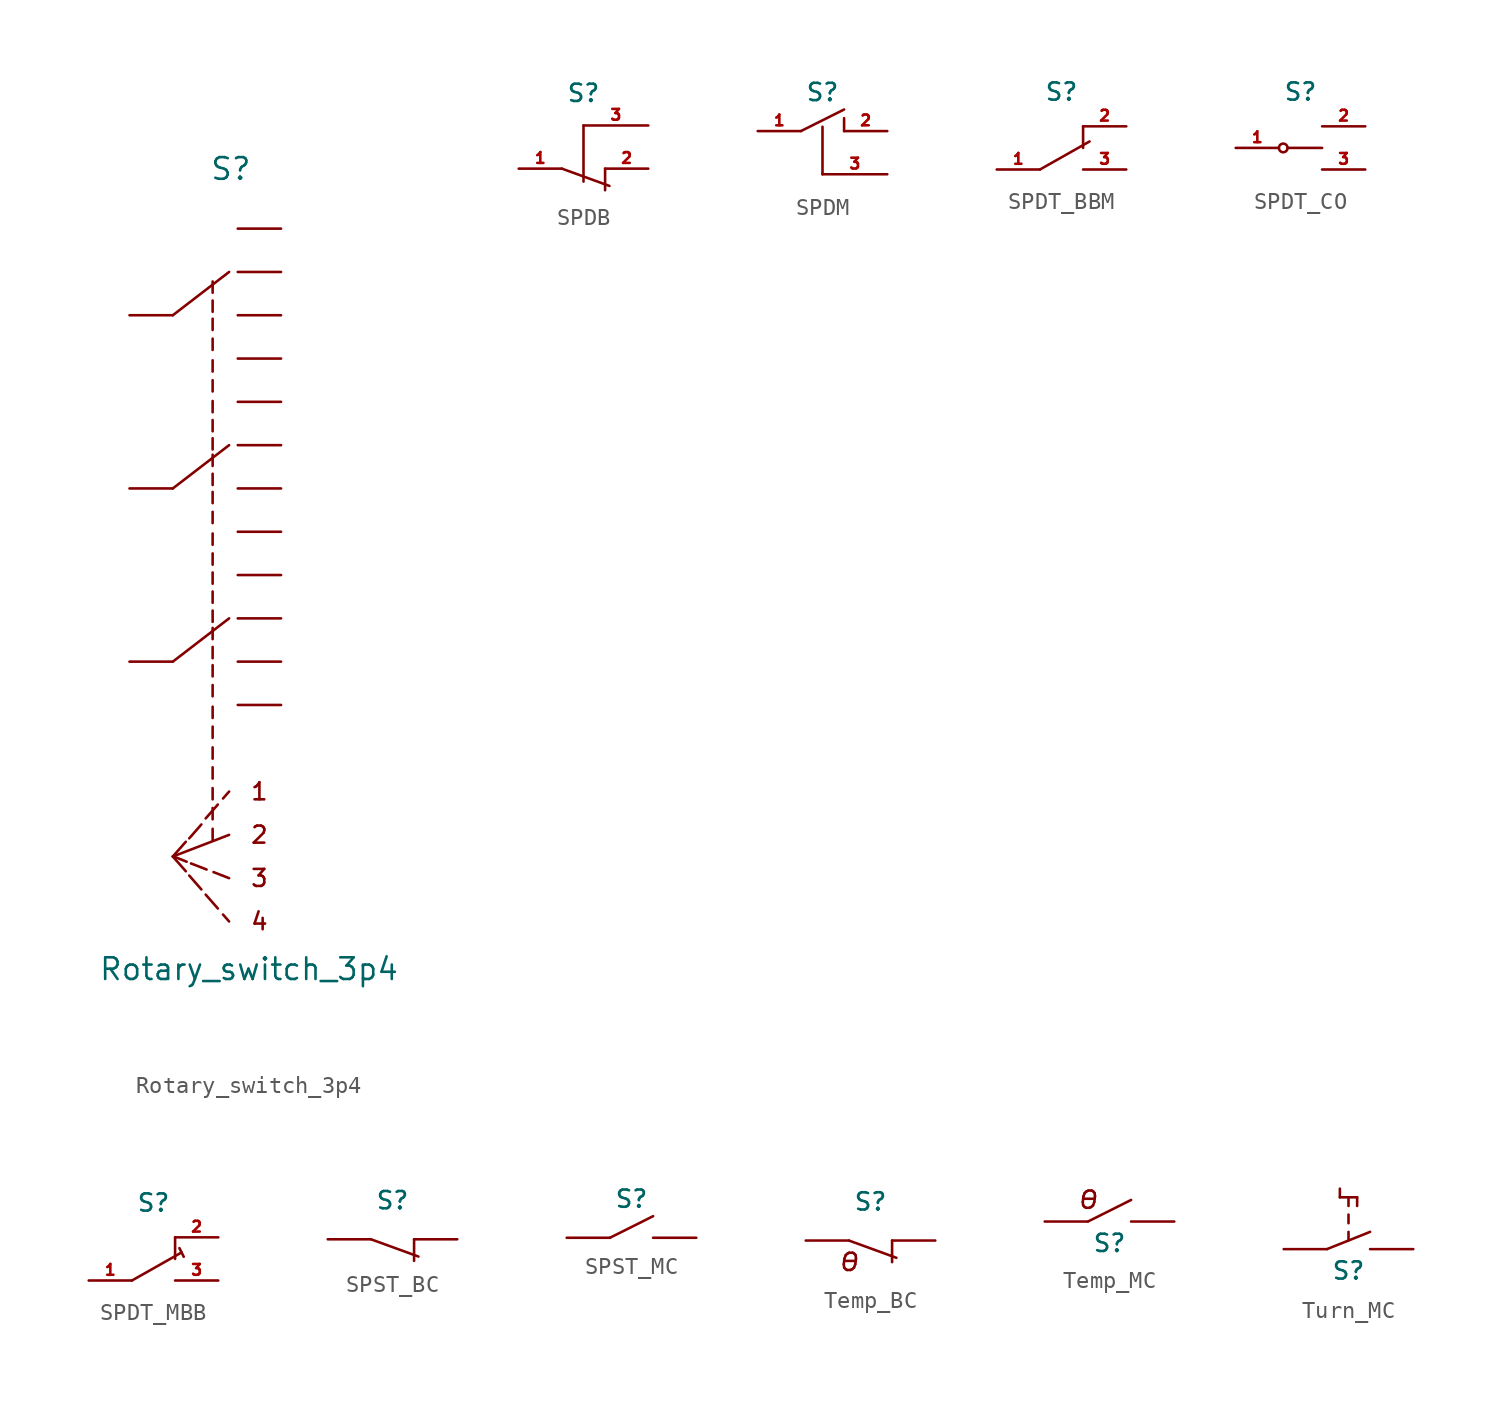
<source format=kicad_sym>
(kicad_symbol_lib
  (version 20211014)
  (generator kicad_symbol_editor)
  (symbol "Rotary_switch_3p4"
    (pin_numbers hide)
    (property "Reference" "S"
      (at 5.944 28.905 0)
      (effects (font (size 1.27 1.27))))
    (property "Value" "Rotary_switch_3p4"
      (at 7.01 -18.034 0)
      (effects (font (size 1.27 1.27))))
    (symbol "Rotary_switch_3p4_0_0"
      (polyline (pts (xy 4.877 -10.465) (xy 4.877 -9.804)) (stroke (width 0) (type default) (color 0 0 0 0)) (fill (type none)))
      (polyline (pts (xy 4.877 -9.246) (xy 4.877 -8.585)) (stroke (width 0) (type default) (color 0 0 0 0)) (fill (type none)))
      (polyline (pts (xy 4.877 -8.077) (xy 4.877 -7.417)) (stroke (width 0) (type default) (color 0 0 0 0)) (fill (type none)))
      (polyline (pts (xy 4.877 -6.858) (xy 4.877 -6.198)) (stroke (width 0) (type default) (color 0 0 0 0)) (fill (type none)))
      (polyline (pts (xy 4.877 -5.69) (xy 4.877 -5.029)) (stroke (width 0) (type default) (color 0 0 0 0)) (fill (type none)))
      (polyline (pts (xy 4.877 -4.47) (xy 4.877 -3.81)) (stroke (width 0) (type default) (color 0 0 0 0)) (fill (type none)))
      (polyline (pts (xy 4.877 -3.302) (xy 4.877 -2.642)) (stroke (width 0) (type default) (color 0 0 0 0)) (fill (type none)))
      (polyline (pts (xy 4.877 -2.032) (xy 4.877 -1.372)) (stroke (width 0) (type default) (color 0 0 0 0)) (fill (type none)))
      (polyline (pts (xy 4.877 -0.864) (xy 4.877 -0.203)) (stroke (width 0) (type default) (color 0 0 0 0)) (fill (type none)))
      (polyline (pts (xy 4.877 0.203) (xy 4.877 0.864)) (stroke (width 0) (type default) (color 0 0 0 0)) (fill (type none)))
      (polyline (pts (xy 4.877 1.321) (xy 4.877 1.981)) (stroke (width 0) (type default) (color 0 0 0 0)) (fill (type none)))
      (polyline (pts (xy 4.877 2.337) (xy 4.877 2.997)) (stroke (width 0) (type default) (color 0 0 0 0)) (fill (type none)))
      (polyline (pts (xy 4.877 3.454) (xy 4.877 4.115)) (stroke (width 0) (type default) (color 0 0 0 0)) (fill (type none)))
      (polyline (pts (xy 4.877 4.572) (xy 4.877 5.232)) (stroke (width 0) (type default) (color 0 0 0 0)) (fill (type none)))
      (polyline (pts (xy 4.877 5.69) (xy 4.877 6.35)) (stroke (width 0) (type default) (color 0 0 0 0)) (fill (type none)))
      (polyline (pts (xy 4.877 6.858) (xy 4.877 7.518)) (stroke (width 0) (type default) (color 0 0 0 0)) (fill (type none)))
      (polyline (pts (xy 4.877 8.128) (xy 4.877 8.788)) (stroke (width 0) (type default) (color 0 0 0 0)) (fill (type none)))
      (polyline (pts (xy 4.877 9.296) (xy 4.877 9.957)) (stroke (width 0) (type default) (color 0 0 0 0)) (fill (type none)))
      (polyline (pts (xy 4.877 10.363) (xy 4.877 11.024)) (stroke (width 0) (type default) (color 0 0 0 0)) (fill (type none)))
      (polyline (pts (xy 4.877 11.481) (xy 4.877 12.141)) (stroke (width 0) (type default) (color 0 0 0 0)) (fill (type none)))
      (polyline (pts (xy 4.877 12.446) (xy 4.877 13.106)) (stroke (width 0) (type default) (color 0 0 0 0)) (fill (type none)))
      (polyline (pts (xy 4.877 13.513) (xy 4.877 14.173)) (stroke (width 0) (type default) (color 0 0 0 0)) (fill (type none)))
      (polyline (pts (xy 4.877 14.63) (xy 4.877 15.291)) (stroke (width 0) (type default) (color 0 0 0 0)) (fill (type none)))
      (polyline (pts (xy 4.877 15.85) (xy 4.877 16.51)) (stroke (width 0) (type default) (color 0 0 0 0)) (fill (type none)))
      (polyline (pts (xy 4.877 17.018) (xy 4.877 17.678)) (stroke (width 0) (type default) (color 0 0 0 0)) (fill (type none)))
      (polyline (pts (xy 4.877 18.288) (xy 4.877 18.948)) (stroke (width 0) (type default) (color 0 0 0 0)) (fill (type none)))
      (polyline (pts (xy 4.877 19.456) (xy 4.877 20.117)) (stroke (width 0) (type default) (color 0 0 0 0)) (fill (type none)))
      (polyline (pts (xy 4.877 20.523) (xy 4.877 21.184)) (stroke (width 0) (type default) (color 0 0 0 0)) (fill (type none)))
      (polyline (pts (xy 4.877 21.641) (xy 4.877 22.301)) (stroke (width 0) (type default) (color 0 0 0 0)) (fill (type none)))
      (text "1" (at 7.62 -7.62 0) (effects (font (size 1 1))))
      (text "2" (at 7.62 -10.16 0) (effects (font (size 1 1))))
      (text "3" (at 7.62 -12.7 0) (effects (font (size 1 1))))
      (text "4" (at 7.62 -15.24 0) (effects (font (size 1 1)))))
    (symbol "Rotary_switch_3p4_0_1"
      (polyline (pts (xy 3.302 -12.294) (xy 2.54 -11.43)) (stroke (width 0) (type default) (color 0 0 0 0)) (fill (type none)))
      (polyline (pts (xy 3.302 -10.566) (xy 2.54 -11.43)) (stroke (width 0) (type default) (color 0 0 0 0)) (fill (type none)))
      (polyline (pts (xy 3.353 -11.735) (xy 2.591 -11.43)) (stroke (width 0) (type default) (color 0 0 0 0)) (fill (type none)))
      (polyline (pts (xy 4.216 -13.36) (xy 3.505 -12.548)) (stroke (width 0) (type default) (color 0 0 0 0)) (fill (type none)))
      (polyline (pts (xy 4.216 -9.55) (xy 3.505 -10.363)) (stroke (width 0) (type default) (color 0 0 0 0)) (fill (type none)))
      (polyline (pts (xy 4.521 -12.192) (xy 3.607 -11.836)) (stroke (width 0) (type default) (color 0 0 0 0)) (fill (type none)))
      (polyline (pts (xy 5.182 -14.478) (xy 4.47 -13.665)) (stroke (width 0) (type default) (color 0 0 0 0)) (fill (type none)))
      (polyline (pts (xy 5.182 -8.382) (xy 4.47 -9.195)) (stroke (width 0) (type default) (color 0 0 0 0)) (fill (type none)))
      (polyline (pts (xy 5.842 -15.24) (xy 5.486 -14.834)) (stroke (width 0) (type default) (color 0 0 0 0)) (fill (type none)))
      (polyline (pts (xy 5.842 -12.7) (xy 4.928 -12.344)) (stroke (width 0) (type default) (color 0 0 0 0)) (fill (type none)))
      (polyline (pts (xy 5.842 -10.16) (xy 2.54 -11.43)) (stroke (width 0) (type default) (color 0 0 0 0)) (fill (type none)))
      (polyline (pts (xy 5.842 -7.62) (xy 5.486 -8.026)) (stroke (width 0) (type default) (color 0 0 0 0)) (fill (type none)))
      (polyline (pts (xy 5.842 2.54) (xy 2.54 0)) (stroke (width 0) (type default) (color 0 0 0 0)) (fill (type none)))
      (polyline (pts (xy 5.842 12.7) (xy 2.54 10.16)) (stroke (width 0) (type default) (color 0 0 0 0)) (fill (type none)))
      (polyline (pts (xy 5.842 22.86) (xy 2.54 20.32)) (stroke (width 0) (type default) (color 0 0 0 0)) (fill (type none))))
    (symbol "Rotary_switch_3p4_1_1"
      (pin passive line (at 8.89 25.4 180) (length 2.54) (name "~" (effects (font (size 0.635 0.635)))) (number "1" (effects (font (size 0.635 0.635)))))
      (pin passive line (at 8.89 2.54 180) (length 2.54) (name "~" (effects (font (size 0.635 0.635)))) (number "10" (effects (font (size 0.635 0.635)))))
      (pin passive line (at 8.89 0 180) (length 2.54) (name "~" (effects (font (size 0.635 0.635)))) (number "11" (effects (font (size 0.635 0.635)))))
      (pin passive line (at 8.89 -2.54 180) (length 2.54) (name "~" (effects (font (size 0.635 0.635)))) (number "12" (effects (font (size 0.635 0.635)))))
      (pin passive line (at 0 20.32 0) (length 2.54) (name "~" (effects (font (size 0.635 0.635)))) (number "13" (effects (font (size 0.635 0.635)))))
      (pin passive line (at 0 10.16 0) (length 2.54) (name "~" (effects (font (size 0.635 0.635)))) (number "14" (effects (font (size 0.635 0.635)))))
      (pin passive line (at 0 0 0) (length 2.54) (name "~" (effects (font (size 0.635 0.635)))) (number "15" (effects (font (size 0.635 0.635)))))
      (pin passive line (at 8.89 22.86 180) (length 2.54) (name "~" (effects (font (size 0.635 0.635)))) (number "2" (effects (font (size 0.635 0.635)))))
      (pin passive line (at 8.89 20.32 180) (length 2.54) (name "~" (effects (font (size 0.635 0.635)))) (number "3" (effects (font (size 0.635 0.635)))))
      (pin passive line (at 8.89 17.78 180) (length 2.54) (name "~" (effects (font (size 0.635 0.635)))) (number "4" (effects (font (size 0.635 0.635)))))
      (pin passive line (at 8.89 15.24 180) (length 2.54) (name "~" (effects (font (size 0.635 0.635)))) (number "5" (effects (font (size 0.635 0.635)))))
      (pin passive line (at 8.89 12.7 180) (length 2.54) (name "~" (effects (font (size 0.635 0.635)))) (number "6" (effects (font (size 0.635 0.635)))))
      (pin passive line (at 8.89 10.16 180) (length 2.54) (name "~" (effects (font (size 0.635 0.635)))) (number "7" (effects (font (size 0.635 0.635)))))
      (pin passive line (at 8.89 7.62 180) (length 2.54) (name "~" (effects (font (size 0.635 0.635)))) (number "8" (effects (font (size 0.635 0.635)))))
      (pin passive line (at 8.89 5.08 180) (length 2.54) (name "~" (effects (font (size 0.635 0.635)))) (number "9" (effects (font (size 0.635 0.635)))))))
  (symbol "SPDB"
    (pin_names
      (offset 1.016) hide)
    (property "Reference" "S"
      (at 0 4.445 0)
      (effects (font (size 1.016 1.016))))
    (property "Footprint" ""
      (at 0 0 0)
      (effects (font (size 1.524 1.524))))
    (property "Datasheet" ""
      (at 0 0 0)
      (effects (font (size 1.524 1.524))))
    (symbol "SPDB_0_1"
      (polyline (pts (xy -1.27 0) (xy 1.524 -1.016)) (stroke (width 0) (type default) (color 0 0 0 0)) (fill (type none)))
      (polyline (pts (xy 0 -0.762) (xy 0 2.54)) (stroke (width 0) (type default) (color 0 0 0 0)) (fill (type none)))
      (polyline (pts (xy 1.27 -1.27) (xy 1.27 0)) (stroke (width 0) (type default) (color 0 0 0 0)) (fill (type none))))
    (symbol "SPDB_1_1"
      (pin passive line (at -3.81 0 0) (length 2.54) (name "~" (effects (font (size 0.635 0.635)))) (number "1" (effects (font (size 0.635 0.635)))))
      (pin passive line (at 3.81 0 180) (length 2.54) (name "~" (effects (font (size 0.635 0.635)))) (number "2" (effects (font (size 0.635 0.635)))))
      (pin passive line (at 3.81 2.54 180) (length 3.81) (name "~" (effects (font (size 0.635 0.635)))) (number "3" (effects (font (size 0.635 0.635)))))))
  (symbol "SPDM"
    (pin_names
      (offset 1.016) hide)
    (property "Reference" "S"
      (at 0 2.286 0)
      (effects (font (size 1.016 1.016))))
    (property "Footprint" ""
      (at 0 0 0)
      (effects (font (size 1.524 1.524))))
    (property "Datasheet" ""
      (at 0 0 0)
      (effects (font (size 1.524 1.524))))
    (symbol "SPDM_0_1"
      (polyline (pts (xy -1.27 0) (xy 1.27 1.27)) (stroke (width 0) (type default) (color 0 0 0 0)) (fill (type none)))
      (polyline (pts (xy 0 0.254) (xy 0 -2.54)) (stroke (width 0) (type default) (color 0 0 0 0)) (fill (type none)))
      (polyline (pts (xy 1.27 0.762) (xy 1.27 0)) (stroke (width 0) (type default) (color 0 0 0 0)) (fill (type none))))
    (symbol "SPDM_1_1"
      (pin passive line (at -3.81 0 0) (length 2.54) (name "~" (effects (font (size 0.635 0.635)))) (number "1" (effects (font (size 0.635 0.635)))))
      (pin passive line (at 3.81 0 180) (length 2.54) (name "~" (effects (font (size 0.635 0.635)))) (number "2" (effects (font (size 0.635 0.635)))))
      (pin passive line (at 3.81 -2.54 180) (length 3.81) (name "~" (effects (font (size 0.635 0.635)))) (number "3" (effects (font (size 0.635 0.635)))))))
  (symbol "SPDT_BBM"
    (pin_names
      (offset 1.016) hide)
    (property "Reference" "S"
      (at 0 4.572 0)
      (effects (font (size 1.016 1.016))))
    (property "Footprint" ""
      (at 0 0 0)
      (effects (font (size 1.524 1.524))))
    (property "Datasheet" ""
      (at 0 0 0)
      (effects (font (size 1.524 1.524))))
    (symbol "SPDT_BBM_0_1"
      (polyline (pts (xy -1.27 0) (xy 1.651 1.651)) (stroke (width 0) (type default) (color 0 0 0 0)) (fill (type none)))
      (polyline (pts (xy 1.27 1.27) (xy 1.27 2.54)) (stroke (width 0) (type default) (color 0 0 0 0)) (fill (type none))))
    (symbol "SPDT_BBM_1_1"
      (pin passive line (at -3.81 0 0) (length 2.54) (name "~" (effects (font (size 0.635 0.635)))) (number "1" (effects (font (size 0.635 0.635)))))
      (pin passive line (at 3.81 2.54 180) (length 2.54) (name "~" (effects (font (size 0.635 0.635)))) (number "2" (effects (font (size 0.635 0.635)))))
      (pin passive line (at 3.81 0 180) (length 2.54) (name "~" (effects (font (size 0.635 0.635)))) (number "3" (effects (font (size 0.635 0.635)))))))
  (symbol "SPDT_CO"
    (pin_names
      (offset 1.016) hide)
    (property "Reference" "S"
      (at 0 3.302 0)
      (effects (font (size 1.016 1.016))))
    (property "Footprint" ""
      (at 0 0 0)
      (effects (font (size 1.524 1.524))))
    (property "Datasheet" ""
      (at 0 0 0)
      (effects (font (size 1.524 1.524))))
    (symbol "SPDT_CO_0_1"
      (circle (center -1.016 0) (radius 0.254) (stroke (width 0) (type default) (color 0 0 0 0)) (fill (type none)))
      (polyline (pts (xy 1.27 0) (xy -0.762 0)) (stroke (width 0) (type default) (color 0 0 0 0)) (fill (type none))))
    (symbol "SPDT_CO_1_1"
      (pin passive line (at -3.81 0 0) (length 2.54) (name "~" (effects (font (size 0.635 0.635)))) (number "1" (effects (font (size 0.635 0.635)))))
      (pin passive line (at 3.81 1.27 180) (length 2.54) (name "~" (effects (font (size 0.635 0.635)))) (number "2" (effects (font (size 0.635 0.635)))))
      (pin passive line (at 3.81 -1.27 180) (length 2.54) (name "~" (effects (font (size 0.635 0.635)))) (number "3" (effects (font (size 0.635 0.635)))))))
  (symbol "SPDT_MBB"
    (pin_names
      (offset 1.016) hide)
    (property "Reference" "S"
      (at 0 4.572 0)
      (effects (font (size 1.016 1.016))))
    (property "Footprint" ""
      (at 0 0 0)
      (effects (font (size 1.524 1.524))))
    (property "Datasheet" ""
      (at 0 0 0)
      (effects (font (size 1.524 1.524))))
    (symbol "SPDT_MBB_0_1"
      (polyline (pts (xy -1.27 0) (xy 1.651 1.651)) (stroke (width 0) (type default) (color 0 0 0 0)) (fill (type none)))
      (polyline (pts (xy 1.27 1.27) (xy 1.27 2.54)) (stroke (width 0) (type default) (color 0 0 0 0)) (fill (type none)))
      (polyline (pts (xy 1.524 1.905) (xy 1.778 1.397)) (stroke (width 0) (type default) (color 0 0 0 0)) (fill (type none))))
    (symbol "SPDT_MBB_1_1"
      (pin passive line (at -3.81 0 0) (length 2.54) (name "~" (effects (font (size 0.635 0.635)))) (number "1" (effects (font (size 0.635 0.635)))))
      (pin passive line (at 3.81 2.54 180) (length 2.54) (name "~" (effects (font (size 0.635 0.635)))) (number "2" (effects (font (size 0.635 0.635)))))
      (pin passive line (at 3.81 0 180) (length 2.54) (name "~" (effects (font (size 0.635 0.635)))) (number "3" (effects (font (size 0.635 0.635)))))))
  (symbol "SPST_BC"
    (pin_numbers hide)
    (pin_names
      (offset 1.016) hide)
    (property "Reference" "S"
      (at 0 2.286 0)
      (effects (font (size 1.016 1.016))))
    (property "Footprint" ""
      (at 0 0 0)
      (effects (font (size 1.524 1.524))))
    (property "Datasheet" ""
      (at 0 0 0)
      (effects (font (size 1.524 1.524))))
    (symbol "SPST_BC_0_1"
      (polyline (pts (xy -1.27 0) (xy 1.524 -1.016)) (stroke (width 0) (type default) (color 0 0 0 0)) (fill (type none)))
      (polyline (pts (xy 1.27 -1.27) (xy 1.27 0)) (stroke (width 0) (type default) (color 0 0 0 0)) (fill (type none))))
    (symbol "SPST_BC_1_1"
      (pin passive line (at -3.81 0 0) (length 2.54) (name "~" (effects (font (size 0.635 0.635)))) (number "1" (effects (font (size 0.635 0.635)))))
      (pin passive line (at 3.81 0 180) (length 2.54) (name "~" (effects (font (size 0.635 0.635)))) (number "2" (effects (font (size 0.635 0.635)))))))
  (symbol "SPST_MC"
    (pin_numbers hide)
    (pin_names
      (offset 1.016) hide)
    (property "Reference" "S"
      (at 0 2.286 0)
      (effects (font (size 1.016 1.016))))
    (property "Footprint" ""
      (at 0 0 0)
      (effects (font (size 1.524 1.524))))
    (property "Datasheet" ""
      (at 0 0 0)
      (effects (font (size 1.524 1.524))))
    (symbol "SPST_MC_0_1"
      (polyline (pts (xy -1.27 0) (xy 1.27 1.27)) (stroke (width 0) (type default) (color 0 0 0 0)) (fill (type none))))
    (symbol "SPST_MC_1_1"
      (pin passive line (at -3.81 0 0) (length 2.54) (name "~" (effects (font (size 0.635 0.635)))) (number "1" (effects (font (size 0.635 0.635)))))
      (pin passive line (at 3.81 0 180) (length 2.54) (name "~" (effects (font (size 0.635 0.635)))) (number "2" (effects (font (size 0.635 0.635)))))))
  (symbol "Temp_BC"
    (pin_numbers hide)
    (pin_names
      (offset 1.016) hide)
    (property "Reference" "S"
      (at 0 2.286 0)
      (effects (font (size 1.016 1.016))))
    (property "Footprint" ""
      (at 0 0 0)
      (effects (font (size 1.524 1.524))))
    (property "Datasheet" ""
      (at 0 0 0)
      (effects (font (size 1.524 1.524))))
    (symbol "Temp_BC_0_0"
      (text "Ɵ" (at -1.27 -1.27 0) (effects (font (size 1.016 1.016) italic))))
    (symbol "Temp_BC_0_1"
      (polyline (pts (xy -1.27 0) (xy 1.524 -1.016)) (stroke (width 0) (type default) (color 0 0 0 0)) (fill (type none)))
      (polyline (pts (xy 1.27 -1.27) (xy 1.27 0)) (stroke (width 0) (type default) (color 0 0 0 0)) (fill (type none))))
    (symbol "Temp_BC_1_1"
      (pin passive line (at -3.81 0 0) (length 2.54) (name "~" (effects (font (size 0.635 0.635)))) (number "1" (effects (font (size 0.635 0.635)))))
      (pin passive line (at 3.81 0 180) (length 2.54) (name "~" (effects (font (size 0.635 0.635)))) (number "2" (effects (font (size 0.635 0.635)))))))
  (symbol "Temp_MC"
    (pin_numbers hide)
    (pin_names
      (offset 1.016) hide)
    (property "Reference" "S"
      (at 0 -1.27 0)
      (effects (font (size 1.016 1.016))))
    (property "Footprint" ""
      (at 0 0 0)
      (effects (font (size 1.524 1.524))))
    (property "Datasheet" ""
      (at 0 0 0)
      (effects (font (size 1.524 1.524))))
    (symbol "Temp_MC_0_0"
      (text "Ɵ" (at -1.27 1.27 0) (effects (font (size 1.016 1.016) italic))))
    (symbol "Temp_MC_0_1"
      (polyline (pts (xy -1.27 0) (xy 1.27 1.27)) (stroke (width 0) (type default) (color 0 0 0 0)) (fill (type none))))
    (symbol "Temp_MC_1_1"
      (pin passive line (at -3.81 0 0) (length 2.54) (name "~" (effects (font (size 0.635 0.635)))) (number "1" (effects (font (size 0.635 0.635)))))
      (pin passive line (at 3.81 0 180) (length 2.54) (name "~" (effects (font (size 0.635 0.635)))) (number "2" (effects (font (size 0.635 0.635)))))))
  (symbol "Turn_MC"
    (pin_numbers hide)
    (pin_names
      (offset 1.016) hide)
    (property "Reference" "S"
      (at 0 -1.27 0)
      (effects (font (size 1.016 1.016))))
    (property "Footprint" ""
      (at 0 0 0)
      (effects (font (size 1.524 1.524))))
    (property "Datasheet" ""
      (at 0 0 0)
      (effects (font (size 1.524 1.524))))
    (symbol "Turn_MC_0_1"
      (polyline (pts (xy -0.508 3.048) (xy -0.508 3.556)) (stroke (width 0) (type default) (color 0 0 0 0)) (fill (type none)))
      (polyline (pts (xy -0.508 3.048) (xy 0.508 3.048)) (stroke (width 0) (type default) (color 0 0 0 0)) (fill (type none)))
      (polyline (pts (xy 0 1.016) (xy 0 0.508)) (stroke (width 0) (type default) (color 0 0 0 0)) (fill (type none)))
      (polyline (pts (xy 0 2.032) (xy 0 1.524)) (stroke (width 0) (type default) (color 0 0 0 0)) (fill (type none)))
      (polyline (pts (xy 0 3.048) (xy 0 2.54)) (stroke (width 0) (type default) (color 0 0 0 0)) (fill (type none)))
      (polyline (pts (xy 0.508 2.54) (xy 0.508 3.048)) (stroke (width 0) (type default) (color 0 0 0 0)) (fill (type none)))
      (polyline (pts (xy 1.27 1.016) (xy -1.27 0)) (stroke (width 0) (type default) (color 0 0 0 0)) (fill (type none))))
    (symbol "Turn_MC_1_1"
      (pin passive line (at -3.81 0 0) (length 2.54) (name "~" (effects (font (size 0.635 0.635)))) (number "1" (effects (font (size 0.635 0.635)))))
      (pin passive line (at 3.81 0 180) (length 2.54) (name "~" (effects (font (size 0.635 0.635)))) (number "2" (effects (font (size 0.635 0.635))))))))
</source>
